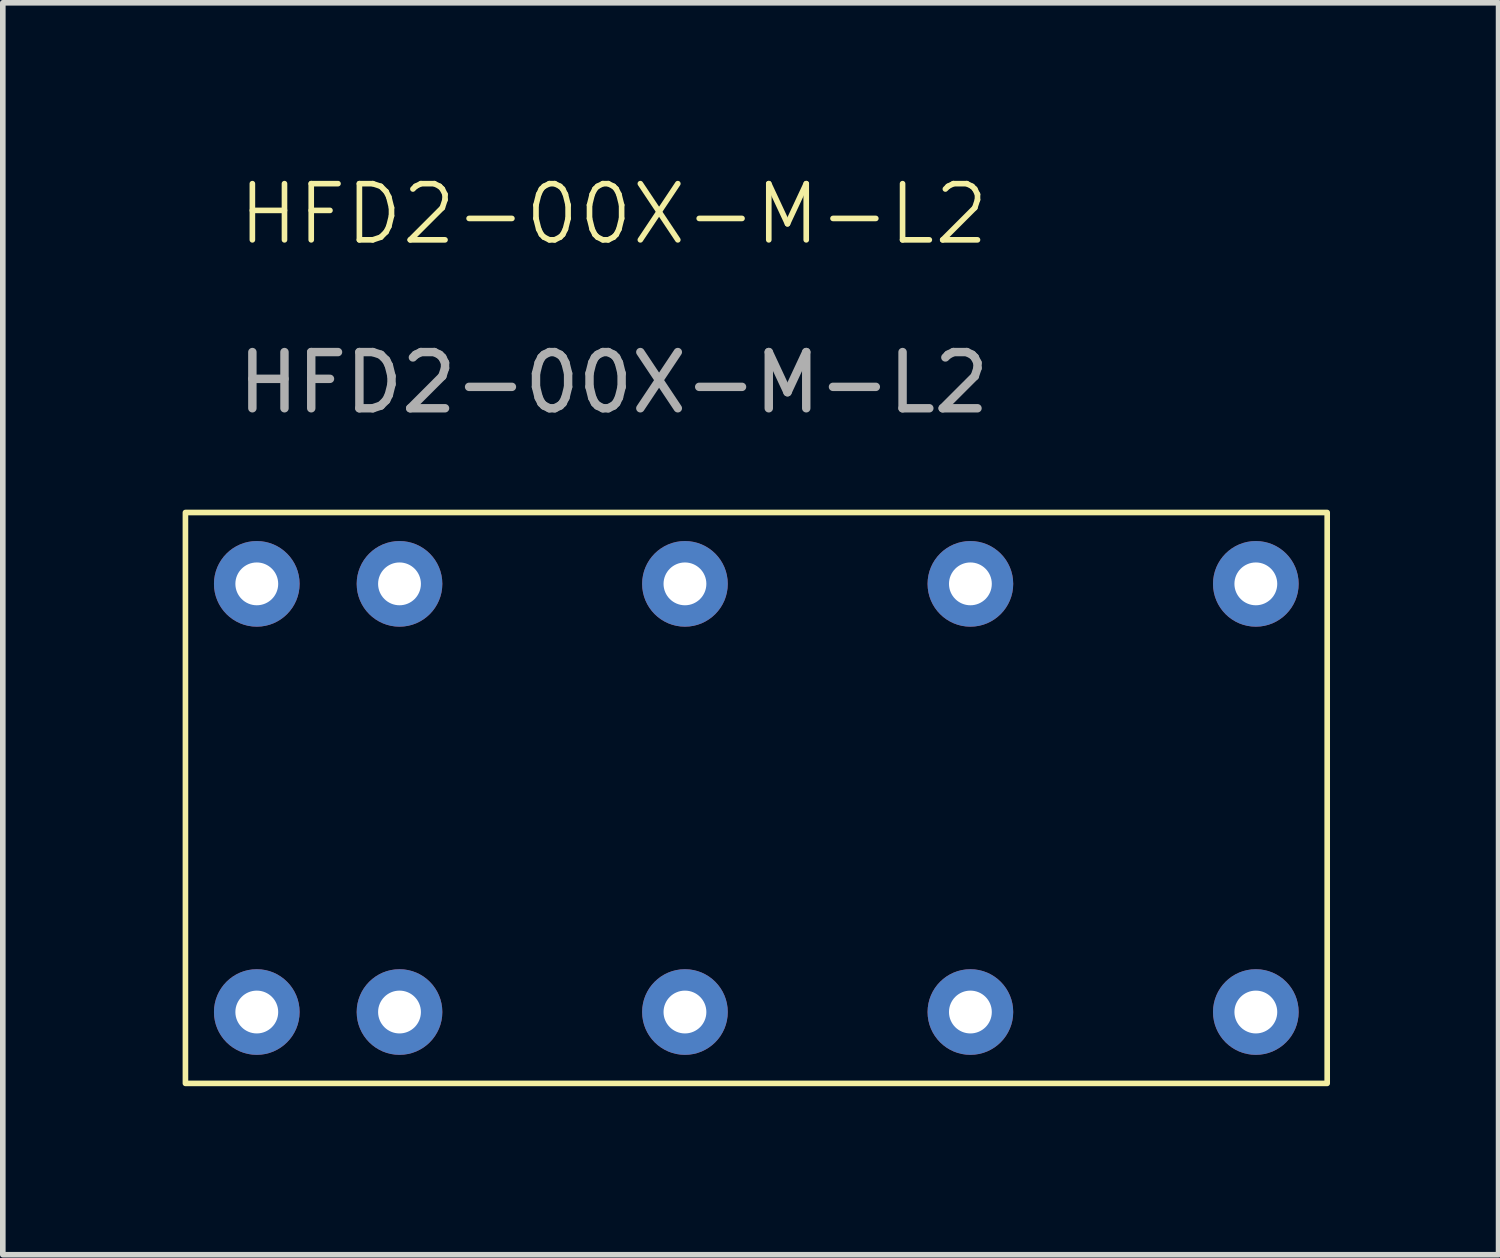
<source format=kicad_pcb>
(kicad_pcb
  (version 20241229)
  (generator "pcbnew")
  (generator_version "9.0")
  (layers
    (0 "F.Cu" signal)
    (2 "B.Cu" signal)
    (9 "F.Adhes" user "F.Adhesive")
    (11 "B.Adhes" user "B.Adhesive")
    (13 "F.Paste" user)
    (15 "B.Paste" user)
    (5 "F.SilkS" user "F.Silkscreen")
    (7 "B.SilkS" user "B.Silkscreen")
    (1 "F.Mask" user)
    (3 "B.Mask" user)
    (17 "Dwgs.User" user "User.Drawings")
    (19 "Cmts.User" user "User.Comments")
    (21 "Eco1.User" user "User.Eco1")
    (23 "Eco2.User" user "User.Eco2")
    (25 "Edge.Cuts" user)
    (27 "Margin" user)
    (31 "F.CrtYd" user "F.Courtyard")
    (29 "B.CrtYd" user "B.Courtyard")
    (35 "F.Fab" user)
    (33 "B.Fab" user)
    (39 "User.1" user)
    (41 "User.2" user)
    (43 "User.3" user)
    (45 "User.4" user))
  (footprint "HFD2-00X-M-L2"
    (layer "F.Cu")
    (at 0.25 6.071)
    (property "Reference" "HFD2-00X-M-L2" (at 7.62 -5.31 0) (unlocked yes) (layer "F.SilkS") (effects (font (size 1 1) (thickness 0.1))))
    (attr through_hole)
    (fp_rect (start 0 0) (end 20.32 10.16) (stroke (width 0.1) (type default)) (fill no) (layer "F.SilkS"))
    (fp_text user "${REFERENCE}" (at 7.62 -2.31 0) (unlocked yes) (layer "F.Fab") (effects (font (size 1 1) (thickness 0.15))))
    (pad "1" thru_hole circle (at 1.27 1.27) (size 1.524 1.524) (drill 0.762) (layers "*.Cu" "*.Mask"))
    (pad "2" thru_hole circle (at 3.81 1.27) (size 1.524 1.524) (drill 0.762) (layers "*.Cu" "*.Mask"))
    (pad "4" thru_hole circle (at 8.89 1.27) (size 1.524 1.524) (drill 0.762) (layers "*.Cu" "*.Mask"))
    (pad "6" thru_hole circle (at 13.97 1.27) (size 1.524 1.524) (drill 0.762) (layers "*.Cu" "*.Mask"))
    (pad "8" thru_hole circle (at 19.05 1.27) (size 1.524 1.524) (drill 0.762) (layers "*.Cu" "*.Mask"))
    (pad "9" thru_hole circle (at 19.05 8.89) (size 1.524 1.524) (drill 0.762) (layers "*.Cu" "*.Mask"))
    (pad "11" thru_hole circle (at 13.97 8.89) (size 1.524 1.524) (drill 0.762) (layers "*.Cu" "*.Mask"))
    (pad "13" thru_hole circle (at 8.89 8.89) (size 1.524 1.524) (drill 0.762) (layers "*.Cu" "*.Mask"))
    (pad "15" thru_hole circle (at 3.81 8.89) (size 1.524 1.524) (drill 0.762) (layers "*.Cu" "*.Mask"))
    (pad "16" thru_hole circle (at 1.27 8.89) (size 1.524 1.524) (drill 0.762) (layers "*.Cu" "*.Mask")))
  (gr_rect
    (start -3 -3)
    (end 23.62 19.28)
    (stroke (width 0.1) (type default))
    (fill no)
    (layer "Edge.Cuts")))
</source>
